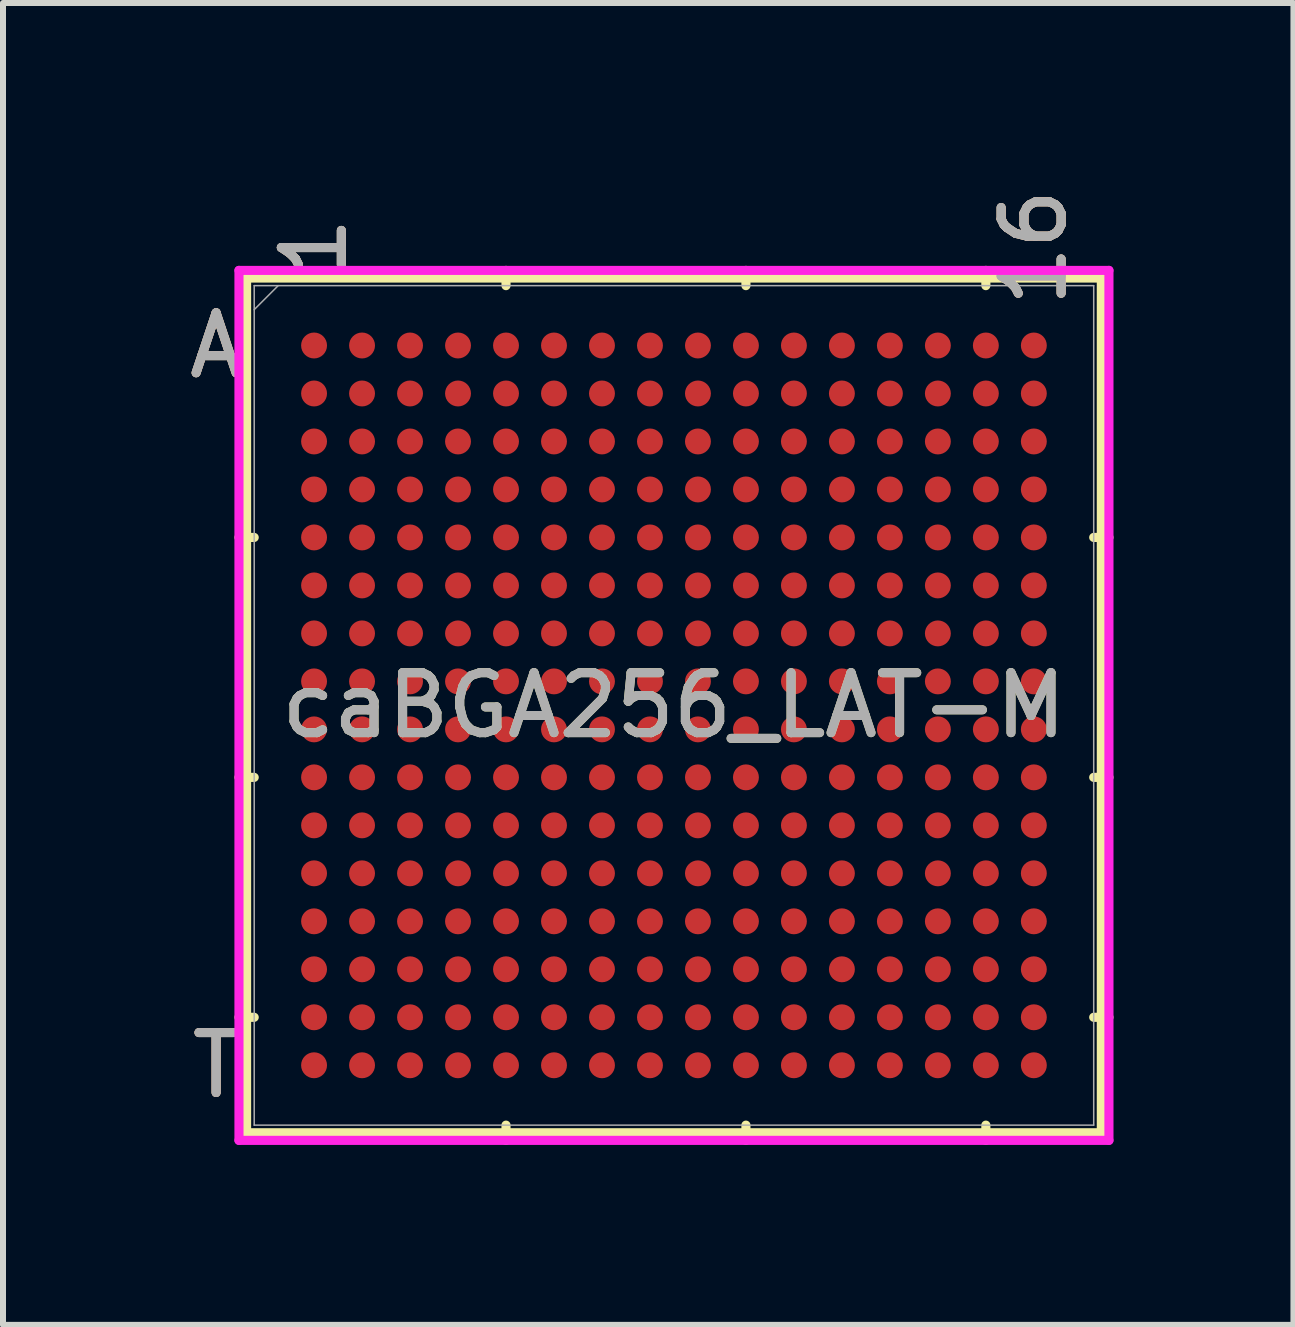
<source format=kicad_pcb>
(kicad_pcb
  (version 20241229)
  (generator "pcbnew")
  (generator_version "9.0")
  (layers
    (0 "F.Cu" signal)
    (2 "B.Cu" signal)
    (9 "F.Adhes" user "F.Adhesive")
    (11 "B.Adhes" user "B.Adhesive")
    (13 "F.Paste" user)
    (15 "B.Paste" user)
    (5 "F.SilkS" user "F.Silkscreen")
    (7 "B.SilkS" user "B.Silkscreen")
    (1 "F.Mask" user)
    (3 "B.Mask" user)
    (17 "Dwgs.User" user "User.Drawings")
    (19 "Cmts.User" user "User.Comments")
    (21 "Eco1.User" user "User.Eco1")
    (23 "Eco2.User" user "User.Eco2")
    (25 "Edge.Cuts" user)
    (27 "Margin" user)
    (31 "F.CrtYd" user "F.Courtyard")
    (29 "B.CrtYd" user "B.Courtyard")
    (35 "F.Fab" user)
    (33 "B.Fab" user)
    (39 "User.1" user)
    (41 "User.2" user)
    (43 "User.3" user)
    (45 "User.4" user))
  (footprint "caBGA256_LAT-M"
    (layer "F.Cu")
    (at 8.186 8.71)
    (property "Reference" "caBGA256_LAT-M" (at 0 0 0) (unlocked yes) (layer "F.SilkS") (effects (font (size 1 1) (thickness 0.15))))
    (attr smd)
    (fp_line (start -7.125 -7.125) (end -7.125 7.125) (stroke (width 0.152) (type solid)) (layer "F.SilkS"))
    (fp_line (start -7.125 7.125) (end 7.125 7.125) (stroke (width 0.152) (type solid)) (layer "F.SilkS"))
    (fp_line (start -6.998 -2.8) (end -7.252 -2.8) (stroke (width 0.152) (type solid)) (layer "F.SilkS"))
    (fp_line (start -6.998 1.2) (end -7.252 1.2) (stroke (width 0.152) (type solid)) (layer "F.SilkS"))
    (fp_line (start -6.998 5.2) (end -7.252 5.2) (stroke (width 0.152) (type solid)) (layer "F.SilkS"))
    (fp_line (start -2.8 -6.998) (end -2.8 -7.252) (stroke (width 0.152) (type solid)) (layer "F.SilkS"))
    (fp_line (start -2.8 6.998) (end -2.8 7.252) (stroke (width 0.152) (type solid)) (layer "F.SilkS"))
    (fp_line (start 1.2 -6.998) (end 1.2 -7.252) (stroke (width 0.152) (type solid)) (layer "F.SilkS"))
    (fp_line (start 1.2 6.998) (end 1.2 7.252) (stroke (width 0.152) (type solid)) (layer "F.SilkS"))
    (fp_line (start 5.2 -6.998) (end 5.2 -7.252) (stroke (width 0.152) (type solid)) (layer "F.SilkS"))
    (fp_line (start 5.2 6.998) (end 5.2 7.252) (stroke (width 0.152) (type solid)) (layer "F.SilkS"))
    (fp_line (start 6.998 -2.8) (end 7.252 -2.8) (stroke (width 0.152) (type solid)) (layer "F.SilkS"))
    (fp_line (start 6.998 1.2) (end 7.252 1.2) (stroke (width 0.152) (type solid)) (layer "F.SilkS"))
    (fp_line (start 6.998 5.2) (end 7.252 5.2) (stroke (width 0.152) (type solid)) (layer "F.SilkS"))
    (fp_line (start 7.125 -7.125) (end -7.125 -7.125) (stroke (width 0.152) (type solid)) (layer "F.SilkS"))
    (fp_line (start 7.125 7.125) (end 7.125 -7.125) (stroke (width 0.152) (type solid)) (layer "F.SilkS"))
    (fp_poly (pts (xy -6.844 -6.844) (xy 6.844 -6.844) (xy 6.844 6.844) (xy -6.844 6.844)) (stroke (width 0.1) (type solid)) (fill no) (layer "Eco2.User"))
    (fp_line (start -7.252 -7.252) (end 7.252 -7.252) (stroke (width 0.152) (type solid)) (layer "F.CrtYd"))
    (fp_line (start -7.252 7.252) (end -7.252 -7.252) (stroke (width 0.152) (type solid)) (layer "F.CrtYd"))
    (fp_line (start 7.252 -7.252) (end 7.252 7.252) (stroke (width 0.152) (type solid)) (layer "F.CrtYd"))
    (fp_line (start 7.252 7.252) (end -7.252 7.252) (stroke (width 0.152) (type solid)) (layer "F.CrtYd"))
    (fp_line (start -6.998 -6.998) (end -6.998 6.998) (stroke (width 0.025) (type solid)) (layer "F.Fab"))
    (fp_line (start -6.998 6.998) (end 6.998 6.998) (stroke (width 0.025) (type solid)) (layer "F.Fab"))
    (fp_line (start -6.598 -6.998) (end -6.998 -6.598) (stroke (width 0.025) (type solid)) (layer "F.Fab"))
    (fp_line (start 6.998 -6.998) (end -6.998 -6.998) (stroke (width 0.025) (type solid)) (layer "F.Fab"))
    (fp_line (start 6.998 6.998) (end 6.998 -6.998) (stroke (width 0.025) (type solid)) (layer "F.Fab"))
    (fp_text user "16" (at 6 -7.633 90) (unlocked yes) (layer "F.SilkS") (effects (font (size 1 1) (thickness 0.15))))
    (fp_text user "1" (at -6 -7.633 90) (unlocked yes) (layer "F.SilkS") (effects (font (size 1 1) (thickness 0.15))))
    (fp_text user "A" (at -7.633 -6 0) (unlocked yes) (layer "F.SilkS") (effects (font (size 1 1) (thickness 0.15))))
    (fp_text user "T" (at -7.633 6 0) (unlocked yes) (layer "F.SilkS") (effects (font (size 1 1) (thickness 0.15))))
    (fp_text user "T" (at -7.633 6 0) (unlocked yes) (layer "B.SilkS") (effects (font (size 1 1) (thickness 0.15))))
    (fp_text user "1" (at -6 -7.633 90) (unlocked yes) (layer "B.SilkS") (effects (font (size 1 1) (thickness 0.15))))
    (fp_text user "16" (at 6 -7.633 90) (unlocked yes) (layer "B.SilkS") (effects (font (size 1 1) (thickness 0.15))))
    (fp_text user "A" (at -7.633 -6 0) (unlocked yes) (layer "B.SilkS") (effects (font (size 1 1) (thickness 0.15))))
    (fp_text user "16" (at 6 -7.633 90) (unlocked yes) (layer "F.Fab") (effects (font (size 1 1) (thickness 0.15))))
    (fp_text user "A" (at -7.633 -6 0) (unlocked yes) (layer "F.Fab") (effects (font (size 1 1) (thickness 0.15))))
    (fp_text user "${REFERENCE}" (at 0 0 0) (unlocked yes) (layer "F.Fab") (effects (font (size 1 1) (thickness 0.15))))
    (fp_text user "T" (at -7.633 6 0) (unlocked yes) (layer "F.Fab") (effects (font (size 1 1) (thickness 0.15))))
    (fp_text user "1" (at -6 -7.633 90) (unlocked yes) (layer "F.Fab") (effects (font (size 1 1) (thickness 0.15))))
    (pad "A1" smd circle (at -6 -6) (size 0.432 0.432) (layers "F.Cu" "F.Mask" "F.Paste"))
    (pad "A2" smd circle (at -5.2 -6) (size 0.432 0.432) (layers "F.Cu" "F.Mask" "F.Paste"))
    (pad "A3" smd circle (at -4.4 -6) (size 0.432 0.432) (layers "F.Cu" "F.Mask" "F.Paste"))
    (pad "A4" smd circle (at -3.6 -6) (size 0.432 0.432) (layers "F.Cu" "F.Mask" "F.Paste"))
    (pad "A5" smd circle (at -2.8 -6) (size 0.432 0.432) (layers "F.Cu" "F.Mask" "F.Paste"))
    (pad "A6" smd circle (at -2 -6) (size 0.432 0.432) (layers "F.Cu" "F.Mask" "F.Paste"))
    (pad "A7" smd circle (at -1.2 -6) (size 0.432 0.432) (layers "F.Cu" "F.Mask" "F.Paste"))
    (pad "A8" smd circle (at -0.4 -6) (size 0.432 0.432) (layers "F.Cu" "F.Mask" "F.Paste"))
    (pad "A9" smd circle (at 0.4 -6) (size 0.432 0.432) (layers "F.Cu" "F.Mask" "F.Paste"))
    (pad "A10" smd circle (at 1.2 -6) (size 0.432 0.432) (layers "F.Cu" "F.Mask" "F.Paste"))
    (pad "A11" smd circle (at 2 -6) (size 0.432 0.432) (layers "F.Cu" "F.Mask" "F.Paste"))
    (pad "A12" smd circle (at 2.8 -6) (size 0.432 0.432) (layers "F.Cu" "F.Mask" "F.Paste"))
    (pad "A13" smd circle (at 3.6 -6) (size 0.432 0.432) (layers "F.Cu" "F.Mask" "F.Paste"))
    (pad "A14" smd circle (at 4.4 -6) (size 0.432 0.432) (layers "F.Cu" "F.Mask" "F.Paste"))
    (pad "A15" smd circle (at 5.2 -6) (size 0.432 0.432) (layers "F.Cu" "F.Mask" "F.Paste"))
    (pad "A16" smd circle (at 6 -6) (size 0.432 0.432) (layers "F.Cu" "F.Mask" "F.Paste"))
    (pad "B1" smd circle (at -6 -5.2) (size 0.432 0.432) (layers "F.Cu" "F.Mask" "F.Paste"))
    (pad "B2" smd circle (at -5.2 -5.2) (size 0.432 0.432) (layers "F.Cu" "F.Mask" "F.Paste"))
    (pad "B3" smd circle (at -4.4 -5.2) (size 0.432 0.432) (layers "F.Cu" "F.Mask" "F.Paste"))
    (pad "B4" smd circle (at -3.6 -5.2) (size 0.432 0.432) (layers "F.Cu" "F.Mask" "F.Paste"))
    (pad "B5" smd circle (at -2.8 -5.2) (size 0.432 0.432) (layers "F.Cu" "F.Mask" "F.Paste"))
    (pad "B6" smd circle (at -2 -5.2) (size 0.432 0.432) (layers "F.Cu" "F.Mask" "F.Paste"))
    (pad "B7" smd circle (at -1.2 -5.2) (size 0.432 0.432) (layers "F.Cu" "F.Mask" "F.Paste"))
    (pad "B8" smd circle (at -0.4 -5.2) (size 0.432 0.432) (layers "F.Cu" "F.Mask" "F.Paste"))
    (pad "B9" smd circle (at 0.4 -5.2) (size 0.432 0.432) (layers "F.Cu" "F.Mask" "F.Paste"))
    (pad "B10" smd circle (at 1.2 -5.2) (size 0.432 0.432) (layers "F.Cu" "F.Mask" "F.Paste"))
    (pad "B11" smd circle (at 2 -5.2) (size 0.432 0.432) (layers "F.Cu" "F.Mask" "F.Paste"))
    (pad "B12" smd circle (at 2.8 -5.2) (size 0.432 0.432) (layers "F.Cu" "F.Mask" "F.Paste"))
    (pad "B13" smd circle (at 3.6 -5.2) (size 0.432 0.432) (layers "F.Cu" "F.Mask" "F.Paste"))
    (pad "B14" smd circle (at 4.4 -5.2) (size 0.432 0.432) (layers "F.Cu" "F.Mask" "F.Paste"))
    (pad "B15" smd circle (at 5.2 -5.2) (size 0.432 0.432) (layers "F.Cu" "F.Mask" "F.Paste"))
    (pad "B16" smd circle (at 6 -5.2) (size 0.432 0.432) (layers "F.Cu" "F.Mask" "F.Paste"))
    (pad "C1" smd circle (at -6 -4.4) (size 0.432 0.432) (layers "F.Cu" "F.Mask" "F.Paste"))
    (pad "C2" smd circle (at -5.2 -4.4) (size 0.432 0.432) (layers "F.Cu" "F.Mask" "F.Paste"))
    (pad "C3" smd circle (at -4.4 -4.4) (size 0.432 0.432) (layers "F.Cu" "F.Mask" "F.Paste"))
    (pad "C4" smd circle (at -3.6 -4.4) (size 0.432 0.432) (layers "F.Cu" "F.Mask" "F.Paste"))
    (pad "C5" smd circle (at -2.8 -4.4) (size 0.432 0.432) (layers "F.Cu" "F.Mask" "F.Paste"))
    (pad "C6" smd circle (at -2 -4.4) (size 0.432 0.432) (layers "F.Cu" "F.Mask" "F.Paste"))
    (pad "C7" smd circle (at -1.2 -4.4) (size 0.432 0.432) (layers "F.Cu" "F.Mask" "F.Paste"))
    (pad "C8" smd circle (at -0.4 -4.4) (size 0.432 0.432) (layers "F.Cu" "F.Mask" "F.Paste"))
    (pad "C9" smd circle (at 0.4 -4.4) (size 0.432 0.432) (layers "F.Cu" "F.Mask" "F.Paste"))
    (pad "C10" smd circle (at 1.2 -4.4) (size 0.432 0.432) (layers "F.Cu" "F.Mask" "F.Paste"))
    (pad "C11" smd circle (at 2 -4.4) (size 0.432 0.432) (layers "F.Cu" "F.Mask" "F.Paste"))
    (pad "C12" smd circle (at 2.8 -4.4) (size 0.432 0.432) (layers "F.Cu" "F.Mask" "F.Paste"))
    (pad "C13" smd circle (at 3.6 -4.4) (size 0.432 0.432) (layers "F.Cu" "F.Mask" "F.Paste"))
    (pad "C14" smd circle (at 4.4 -4.4) (size 0.432 0.432) (layers "F.Cu" "F.Mask" "F.Paste"))
    (pad "C15" smd circle (at 5.2 -4.4) (size 0.432 0.432) (layers "F.Cu" "F.Mask" "F.Paste"))
    (pad "C16" smd circle (at 6 -4.4) (size 0.432 0.432) (layers "F.Cu" "F.Mask" "F.Paste"))
    (pad "D1" smd circle (at -6 -3.6) (size 0.432 0.432) (layers "F.Cu" "F.Mask" "F.Paste"))
    (pad "D2" smd circle (at -5.2 -3.6) (size 0.432 0.432) (layers "F.Cu" "F.Mask" "F.Paste"))
    (pad "D3" smd circle (at -4.4 -3.6) (size 0.432 0.432) (layers "F.Cu" "F.Mask" "F.Paste"))
    (pad "D4" smd circle (at -3.6 -3.6) (size 0.432 0.432) (layers "F.Cu" "F.Mask" "F.Paste"))
    (pad "D5" smd circle (at -2.8 -3.6) (size 0.432 0.432) (layers "F.Cu" "F.Mask" "F.Paste"))
    (pad "D6" smd circle (at -2 -3.6) (size 0.432 0.432) (layers "F.Cu" "F.Mask" "F.Paste"))
    (pad "D7" smd circle (at -1.2 -3.6) (size 0.432 0.432) (layers "F.Cu" "F.Mask" "F.Paste"))
    (pad "D8" smd circle (at -0.4 -3.6) (size 0.432 0.432) (layers "F.Cu" "F.Mask" "F.Paste"))
    (pad "D9" smd circle (at 0.4 -3.6) (size 0.432 0.432) (layers "F.Cu" "F.Mask" "F.Paste"))
    (pad "D10" smd circle (at 1.2 -3.6) (size 0.432 0.432) (layers "F.Cu" "F.Mask" "F.Paste"))
    (pad "D11" smd circle (at 2 -3.6) (size 0.432 0.432) (layers "F.Cu" "F.Mask" "F.Paste"))
    (pad "D12" smd circle (at 2.8 -3.6) (size 0.432 0.432) (layers "F.Cu" "F.Mask" "F.Paste"))
    (pad "D13" smd circle (at 3.6 -3.6) (size 0.432 0.432) (layers "F.Cu" "F.Mask" "F.Paste"))
    (pad "D14" smd circle (at 4.4 -3.6) (size 0.432 0.432) (layers "F.Cu" "F.Mask" "F.Paste"))
    (pad "D15" smd circle (at 5.2 -3.6) (size 0.432 0.432) (layers "F.Cu" "F.Mask" "F.Paste"))
    (pad "D16" smd circle (at 6 -3.6) (size 0.432 0.432) (layers "F.Cu" "F.Mask" "F.Paste"))
    (pad "E1" smd circle (at -6 -2.8) (size 0.432 0.432) (layers "F.Cu" "F.Mask" "F.Paste"))
    (pad "E2" smd circle (at -5.2 -2.8) (size 0.432 0.432) (layers "F.Cu" "F.Mask" "F.Paste"))
    (pad "E3" smd circle (at -4.4 -2.8) (size 0.432 0.432) (layers "F.Cu" "F.Mask" "F.Paste"))
    (pad "E4" smd circle (at -3.6 -2.8) (size 0.432 0.432) (layers "F.Cu" "F.Mask" "F.Paste"))
    (pad "E5" smd circle (at -2.8 -2.8) (size 0.432 0.432) (layers "F.Cu" "F.Mask" "F.Paste"))
    (pad "E6" smd circle (at -2 -2.8) (size 0.432 0.432) (layers "F.Cu" "F.Mask" "F.Paste"))
    (pad "E7" smd circle (at -1.2 -2.8) (size 0.432 0.432) (layers "F.Cu" "F.Mask" "F.Paste"))
    (pad "E8" smd circle (at -0.4 -2.8) (size 0.432 0.432) (layers "F.Cu" "F.Mask" "F.Paste"))
    (pad "E9" smd circle (at 0.4 -2.8) (size 0.432 0.432) (layers "F.Cu" "F.Mask" "F.Paste"))
    (pad "E10" smd circle (at 1.2 -2.8) (size 0.432 0.432) (layers "F.Cu" "F.Mask" "F.Paste"))
    (pad "E11" smd circle (at 2 -2.8) (size 0.432 0.432) (layers "F.Cu" "F.Mask" "F.Paste"))
    (pad "E12" smd circle (at 2.8 -2.8) (size 0.432 0.432) (layers "F.Cu" "F.Mask" "F.Paste"))
    (pad "E13" smd circle (at 3.6 -2.8) (size 0.432 0.432) (layers "F.Cu" "F.Mask" "F.Paste"))
    (pad "E14" smd circle (at 4.4 -2.8) (size 0.432 0.432) (layers "F.Cu" "F.Mask" "F.Paste"))
    (pad "E15" smd circle (at 5.2 -2.8) (size 0.432 0.432) (layers "F.Cu" "F.Mask" "F.Paste"))
    (pad "E16" smd circle (at 6 -2.8) (size 0.432 0.432) (layers "F.Cu" "F.Mask" "F.Paste"))
    (pad "F1" smd circle (at -6 -2) (size 0.432 0.432) (layers "F.Cu" "F.Mask" "F.Paste"))
    (pad "F2" smd circle (at -5.2 -2) (size 0.432 0.432) (layers "F.Cu" "F.Mask" "F.Paste"))
    (pad "F3" smd circle (at -4.4 -2) (size 0.432 0.432) (layers "F.Cu" "F.Mask" "F.Paste"))
    (pad "F4" smd circle (at -3.6 -2) (size 0.432 0.432) (layers "F.Cu" "F.Mask" "F.Paste"))
    (pad "F5" smd circle (at -2.8 -2) (size 0.432 0.432) (layers "F.Cu" "F.Mask" "F.Paste"))
    (pad "F6" smd circle (at -2 -2) (size 0.432 0.432) (layers "F.Cu" "F.Mask" "F.Paste"))
    (pad "F7" smd circle (at -1.2 -2) (size 0.432 0.432) (layers "F.Cu" "F.Mask" "F.Paste"))
    (pad "F8" smd circle (at -0.4 -2) (size 0.432 0.432) (layers "F.Cu" "F.Mask" "F.Paste"))
    (pad "F9" smd circle (at 0.4 -2) (size 0.432 0.432) (layers "F.Cu" "F.Mask" "F.Paste"))
    (pad "F10" smd circle (at 1.2 -2) (size 0.432 0.432) (layers "F.Cu" "F.Mask" "F.Paste"))
    (pad "F11" smd circle (at 2 -2) (size 0.432 0.432) (layers "F.Cu" "F.Mask" "F.Paste"))
    (pad "F12" smd circle (at 2.8 -2) (size 0.432 0.432) (layers "F.Cu" "F.Mask" "F.Paste"))
    (pad "F13" smd circle (at 3.6 -2) (size 0.432 0.432) (layers "F.Cu" "F.Mask" "F.Paste"))
    (pad "F14" smd circle (at 4.4 -2) (size 0.432 0.432) (layers "F.Cu" "F.Mask" "F.Paste"))
    (pad "F15" smd circle (at 5.2 -2) (size 0.432 0.432) (layers "F.Cu" "F.Mask" "F.Paste"))
    (pad "F16" smd circle (at 6 -2) (size 0.432 0.432) (layers "F.Cu" "F.Mask" "F.Paste"))
    (pad "G1" smd circle (at -6 -1.2) (size 0.432 0.432) (layers "F.Cu" "F.Mask" "F.Paste"))
    (pad "G2" smd circle (at -5.2 -1.2) (size 0.432 0.432) (layers "F.Cu" "F.Mask" "F.Paste"))
    (pad "G3" smd circle (at -4.4 -1.2) (size 0.432 0.432) (layers "F.Cu" "F.Mask" "F.Paste"))
    (pad "G4" smd circle (at -3.6 -1.2) (size 0.432 0.432) (layers "F.Cu" "F.Mask" "F.Paste"))
    (pad "G5" smd circle (at -2.8 -1.2) (size 0.432 0.432) (layers "F.Cu" "F.Mask" "F.Paste"))
    (pad "G6" smd circle (at -2 -1.2) (size 0.432 0.432) (layers "F.Cu" "F.Mask" "F.Paste"))
    (pad "G7" smd circle (at -1.2 -1.2) (size 0.432 0.432) (layers "F.Cu" "F.Mask" "F.Paste"))
    (pad "G8" smd circle (at -0.4 -1.2) (size 0.432 0.432) (layers "F.Cu" "F.Mask" "F.Paste"))
    (pad "G9" smd circle (at 0.4 -1.2) (size 0.432 0.432) (layers "F.Cu" "F.Mask" "F.Paste"))
    (pad "G10" smd circle (at 1.2 -1.2) (size 0.432 0.432) (layers "F.Cu" "F.Mask" "F.Paste"))
    (pad "G11" smd circle (at 2 -1.2) (size 0.432 0.432) (layers "F.Cu" "F.Mask" "F.Paste"))
    (pad "G12" smd circle (at 2.8 -1.2) (size 0.432 0.432) (layers "F.Cu" "F.Mask" "F.Paste"))
    (pad "G13" smd circle (at 3.6 -1.2) (size 0.432 0.432) (layers "F.Cu" "F.Mask" "F.Paste"))
    (pad "G14" smd circle (at 4.4 -1.2) (size 0.432 0.432) (layers "F.Cu" "F.Mask" "F.Paste"))
    (pad "G15" smd circle (at 5.2 -1.2) (size 0.432 0.432) (layers "F.Cu" "F.Mask" "F.Paste"))
    (pad "G16" smd circle (at 6 -1.2) (size 0.432 0.432) (layers "F.Cu" "F.Mask" "F.Paste"))
    (pad "H1" smd circle (at -6 -0.4) (size 0.432 0.432) (layers "F.Cu" "F.Mask" "F.Paste"))
    (pad "H2" smd circle (at -5.2 -0.4) (size 0.432 0.432) (layers "F.Cu" "F.Mask" "F.Paste"))
    (pad "H3" smd circle (at -4.4 -0.4) (size 0.432 0.432) (layers "F.Cu" "F.Mask" "F.Paste"))
    (pad "H4" smd circle (at -3.6 -0.4) (size 0.432 0.432) (layers "F.Cu" "F.Mask" "F.Paste"))
    (pad "H5" smd circle (at -2.8 -0.4) (size 0.432 0.432) (layers "F.Cu" "F.Mask" "F.Paste"))
    (pad "H6" smd circle (at -2 -0.4) (size 0.432 0.432) (layers "F.Cu" "F.Mask" "F.Paste"))
    (pad "H7" smd circle (at -1.2 -0.4) (size 0.432 0.432) (layers "F.Cu" "F.Mask" "F.Paste"))
    (pad "H8" smd circle (at -0.4 -0.4) (size 0.432 0.432) (layers "F.Cu" "F.Mask" "F.Paste"))
    (pad "H9" smd circle (at 0.4 -0.4) (size 0.432 0.432) (layers "F.Cu" "F.Mask" "F.Paste"))
    (pad "H10" smd circle (at 1.2 -0.4) (size 0.432 0.432) (layers "F.Cu" "F.Mask" "F.Paste"))
    (pad "H11" smd circle (at 2 -0.4) (size 0.432 0.432) (layers "F.Cu" "F.Mask" "F.Paste"))
    (pad "H12" smd circle (at 2.8 -0.4) (size 0.432 0.432) (layers "F.Cu" "F.Mask" "F.Paste"))
    (pad "H13" smd circle (at 3.6 -0.4) (size 0.432 0.432) (layers "F.Cu" "F.Mask" "F.Paste"))
    (pad "H14" smd circle (at 4.4 -0.4) (size 0.432 0.432) (layers "F.Cu" "F.Mask" "F.Paste"))
    (pad "H15" smd circle (at 5.2 -0.4) (size 0.432 0.432) (layers "F.Cu" "F.Mask" "F.Paste"))
    (pad "H16" smd circle (at 6 -0.4) (size 0.432 0.432) (layers "F.Cu" "F.Mask" "F.Paste"))
    (pad "J1" smd circle (at -6 0.4) (size 0.432 0.432) (layers "F.Cu" "F.Mask" "F.Paste"))
    (pad "J2" smd circle (at -5.2 0.4) (size 0.432 0.432) (layers "F.Cu" "F.Mask" "F.Paste"))
    (pad "J3" smd circle (at -4.4 0.4) (size 0.432 0.432) (layers "F.Cu" "F.Mask" "F.Paste"))
    (pad "J4" smd circle (at -3.6 0.4) (size 0.432 0.432) (layers "F.Cu" "F.Mask" "F.Paste"))
    (pad "J5" smd circle (at -2.8 0.4) (size 0.432 0.432) (layers "F.Cu" "F.Mask" "F.Paste"))
    (pad "J6" smd circle (at -2 0.4) (size 0.432 0.432) (layers "F.Cu" "F.Mask" "F.Paste"))
    (pad "J7" smd circle (at -1.2 0.4) (size 0.432 0.432) (layers "F.Cu" "F.Mask" "F.Paste"))
    (pad "J8" smd circle (at -0.4 0.4) (size 0.432 0.432) (layers "F.Cu" "F.Mask" "F.Paste"))
    (pad "J9" smd circle (at 0.4 0.4) (size 0.432 0.432) (layers "F.Cu" "F.Mask" "F.Paste"))
    (pad "J10" smd circle (at 1.2 0.4) (size 0.432 0.432) (layers "F.Cu" "F.Mask" "F.Paste"))
    (pad "J11" smd circle (at 2 0.4) (size 0.432 0.432) (layers "F.Cu" "F.Mask" "F.Paste"))
    (pad "J12" smd circle (at 2.8 0.4) (size 0.432 0.432) (layers "F.Cu" "F.Mask" "F.Paste"))
    (pad "J13" smd circle (at 3.6 0.4) (size 0.432 0.432) (layers "F.Cu" "F.Mask" "F.Paste"))
    (pad "J14" smd circle (at 4.4 0.4) (size 0.432 0.432) (layers "F.Cu" "F.Mask" "F.Paste"))
    (pad "J15" smd circle (at 5.2 0.4) (size 0.432 0.432) (layers "F.Cu" "F.Mask" "F.Paste"))
    (pad "J16" smd circle (at 6 0.4) (size 0.432 0.432) (layers "F.Cu" "F.Mask" "F.Paste"))
    (pad "K1" smd circle (at -6 1.2) (size 0.432 0.432) (layers "F.Cu" "F.Mask" "F.Paste"))
    (pad "K2" smd circle (at -5.2 1.2) (size 0.432 0.432) (layers "F.Cu" "F.Mask" "F.Paste"))
    (pad "K3" smd circle (at -4.4 1.2) (size 0.432 0.432) (layers "F.Cu" "F.Mask" "F.Paste"))
    (pad "K4" smd circle (at -3.6 1.2) (size 0.432 0.432) (layers "F.Cu" "F.Mask" "F.Paste"))
    (pad "K5" smd circle (at -2.8 1.2) (size 0.432 0.432) (layers "F.Cu" "F.Mask" "F.Paste"))
    (pad "K6" smd circle (at -2 1.2) (size 0.432 0.432) (layers "F.Cu" "F.Mask" "F.Paste"))
    (pad "K7" smd circle (at -1.2 1.2) (size 0.432 0.432) (layers "F.Cu" "F.Mask" "F.Paste"))
    (pad "K8" smd circle (at -0.4 1.2) (size 0.432 0.432) (layers "F.Cu" "F.Mask" "F.Paste"))
    (pad "K9" smd circle (at 0.4 1.2) (size 0.432 0.432) (layers "F.Cu" "F.Mask" "F.Paste"))
    (pad "K10" smd circle (at 1.2 1.2) (size 0.432 0.432) (layers "F.Cu" "F.Mask" "F.Paste"))
    (pad "K11" smd circle (at 2 1.2) (size 0.432 0.432) (layers "F.Cu" "F.Mask" "F.Paste"))
    (pad "K12" smd circle (at 2.8 1.2) (size 0.432 0.432) (layers "F.Cu" "F.Mask" "F.Paste"))
    (pad "K13" smd circle (at 3.6 1.2) (size 0.432 0.432) (layers "F.Cu" "F.Mask" "F.Paste"))
    (pad "K14" smd circle (at 4.4 1.2) (size 0.432 0.432) (layers "F.Cu" "F.Mask" "F.Paste"))
    (pad "K15" smd circle (at 5.2 1.2) (size 0.432 0.432) (layers "F.Cu" "F.Mask" "F.Paste"))
    (pad "K16" smd circle (at 6 1.2) (size 0.432 0.432) (layers "F.Cu" "F.Mask" "F.Paste"))
    (pad "L1" smd circle (at -6 2) (size 0.432 0.432) (layers "F.Cu" "F.Mask" "F.Paste"))
    (pad "L2" smd circle (at -5.2 2) (size 0.432 0.432) (layers "F.Cu" "F.Mask" "F.Paste"))
    (pad "L3" smd circle (at -4.4 2) (size 0.432 0.432) (layers "F.Cu" "F.Mask" "F.Paste"))
    (pad "L4" smd circle (at -3.6 2) (size 0.432 0.432) (layers "F.Cu" "F.Mask" "F.Paste"))
    (pad "L5" smd circle (at -2.8 2) (size 0.432 0.432) (layers "F.Cu" "F.Mask" "F.Paste"))
    (pad "L6" smd circle (at -2 2) (size 0.432 0.432) (layers "F.Cu" "F.Mask" "F.Paste"))
    (pad "L7" smd circle (at -1.2 2) (size 0.432 0.432) (layers "F.Cu" "F.Mask" "F.Paste"))
    (pad "L8" smd circle (at -0.4 2) (size 0.432 0.432) (layers "F.Cu" "F.Mask" "F.Paste"))
    (pad "L9" smd circle (at 0.4 2) (size 0.432 0.432) (layers "F.Cu" "F.Mask" "F.Paste"))
    (pad "L10" smd circle (at 1.2 2) (size 0.432 0.432) (layers "F.Cu" "F.Mask" "F.Paste"))
    (pad "L11" smd circle (at 2 2) (size 0.432 0.432) (layers "F.Cu" "F.Mask" "F.Paste"))
    (pad "L12" smd circle (at 2.8 2) (size 0.432 0.432) (layers "F.Cu" "F.Mask" "F.Paste"))
    (pad "L13" smd circle (at 3.6 2) (size 0.432 0.432) (layers "F.Cu" "F.Mask" "F.Paste"))
    (pad "L14" smd circle (at 4.4 2) (size 0.432 0.432) (layers "F.Cu" "F.Mask" "F.Paste"))
    (pad "L15" smd circle (at 5.2 2) (size 0.432 0.432) (layers "F.Cu" "F.Mask" "F.Paste"))
    (pad "L16" smd circle (at 6 2) (size 0.432 0.432) (layers "F.Cu" "F.Mask" "F.Paste"))
    (pad "M1" smd circle (at -6 2.8) (size 0.432 0.432) (layers "F.Cu" "F.Mask" "F.Paste"))
    (pad "M2" smd circle (at -5.2 2.8) (size 0.432 0.432) (layers "F.Cu" "F.Mask" "F.Paste"))
    (pad "M3" smd circle (at -4.4 2.8) (size 0.432 0.432) (layers "F.Cu" "F.Mask" "F.Paste"))
    (pad "M4" smd circle (at -3.6 2.8) (size 0.432 0.432) (layers "F.Cu" "F.Mask" "F.Paste"))
    (pad "M5" smd circle (at -2.8 2.8) (size 0.432 0.432) (layers "F.Cu" "F.Mask" "F.Paste"))
    (pad "M6" smd circle (at -2 2.8) (size 0.432 0.432) (layers "F.Cu" "F.Mask" "F.Paste"))
    (pad "M7" smd circle (at -1.2 2.8) (size 0.432 0.432) (layers "F.Cu" "F.Mask" "F.Paste"))
    (pad "M8" smd circle (at -0.4 2.8) (size 0.432 0.432) (layers "F.Cu" "F.Mask" "F.Paste"))
    (pad "M9" smd circle (at 0.4 2.8) (size 0.432 0.432) (layers "F.Cu" "F.Mask" "F.Paste"))
    (pad "M10" smd circle (at 1.2 2.8) (size 0.432 0.432) (layers "F.Cu" "F.Mask" "F.Paste"))
    (pad "M11" smd circle (at 2 2.8) (size 0.432 0.432) (layers "F.Cu" "F.Mask" "F.Paste"))
    (pad "M12" smd circle (at 2.8 2.8) (size 0.432 0.432) (layers "F.Cu" "F.Mask" "F.Paste"))
    (pad "M13" smd circle (at 3.6 2.8) (size 0.432 0.432) (layers "F.Cu" "F.Mask" "F.Paste"))
    (pad "M14" smd circle (at 4.4 2.8) (size 0.432 0.432) (layers "F.Cu" "F.Mask" "F.Paste"))
    (pad "M15" smd circle (at 5.2 2.8) (size 0.432 0.432) (layers "F.Cu" "F.Mask" "F.Paste"))
    (pad "M16" smd circle (at 6 2.8) (size 0.432 0.432) (layers "F.Cu" "F.Mask" "F.Paste"))
    (pad "N1" smd circle (at -6 3.6) (size 0.432 0.432) (layers "F.Cu" "F.Mask" "F.Paste"))
    (pad "N2" smd circle (at -5.2 3.6) (size 0.432 0.432) (layers "F.Cu" "F.Mask" "F.Paste"))
    (pad "N3" smd circle (at -4.4 3.6) (size 0.432 0.432) (layers "F.Cu" "F.Mask" "F.Paste"))
    (pad "N4" smd circle (at -3.6 3.6) (size 0.432 0.432) (layers "F.Cu" "F.Mask" "F.Paste"))
    (pad "N5" smd circle (at -2.8 3.6) (size 0.432 0.432) (layers "F.Cu" "F.Mask" "F.Paste"))
    (pad "N6" smd circle (at -2 3.6) (size 0.432 0.432) (layers "F.Cu" "F.Mask" "F.Paste"))
    (pad "N7" smd circle (at -1.2 3.6) (size 0.432 0.432) (layers "F.Cu" "F.Mask" "F.Paste"))
    (pad "N8" smd circle (at -0.4 3.6) (size 0.432 0.432) (layers "F.Cu" "F.Mask" "F.Paste"))
    (pad "N9" smd circle (at 0.4 3.6) (size 0.432 0.432) (layers "F.Cu" "F.Mask" "F.Paste"))
    (pad "N10" smd circle (at 1.2 3.6) (size 0.432 0.432) (layers "F.Cu" "F.Mask" "F.Paste"))
    (pad "N11" smd circle (at 2 3.6) (size 0.432 0.432) (layers "F.Cu" "F.Mask" "F.Paste"))
    (pad "N12" smd circle (at 2.8 3.6) (size 0.432 0.432) (layers "F.Cu" "F.Mask" "F.Paste"))
    (pad "N13" smd circle (at 3.6 3.6) (size 0.432 0.432) (layers "F.Cu" "F.Mask" "F.Paste"))
    (pad "N14" smd circle (at 4.4 3.6) (size 0.432 0.432) (layers "F.Cu" "F.Mask" "F.Paste"))
    (pad "N15" smd circle (at 5.2 3.6) (size 0.432 0.432) (layers "F.Cu" "F.Mask" "F.Paste"))
    (pad "N16" smd circle (at 6 3.6) (size 0.432 0.432) (layers "F.Cu" "F.Mask" "F.Paste"))
    (pad "P1" smd circle (at -6 4.4) (size 0.432 0.432) (layers "F.Cu" "F.Mask" "F.Paste"))
    (pad "P2" smd circle (at -5.2 4.4) (size 0.432 0.432) (layers "F.Cu" "F.Mask" "F.Paste"))
    (pad "P3" smd circle (at -4.4 4.4) (size 0.432 0.432) (layers "F.Cu" "F.Mask" "F.Paste"))
    (pad "P4" smd circle (at -3.6 4.4) (size 0.432 0.432) (layers "F.Cu" "F.Mask" "F.Paste"))
    (pad "P5" smd circle (at -2.8 4.4) (size 0.432 0.432) (layers "F.Cu" "F.Mask" "F.Paste"))
    (pad "P6" smd circle (at -2 4.4) (size 0.432 0.432) (layers "F.Cu" "F.Mask" "F.Paste"))
    (pad "P7" smd circle (at -1.2 4.4) (size 0.432 0.432) (layers "F.Cu" "F.Mask" "F.Paste"))
    (pad "P8" smd circle (at -0.4 4.4) (size 0.432 0.432) (layers "F.Cu" "F.Mask" "F.Paste"))
    (pad "P9" smd circle (at 0.4 4.4) (size 0.432 0.432) (layers "F.Cu" "F.Mask" "F.Paste"))
    (pad "P10" smd circle (at 1.2 4.4) (size 0.432 0.432) (layers "F.Cu" "F.Mask" "F.Paste"))
    (pad "P11" smd circle (at 2 4.4) (size 0.432 0.432) (layers "F.Cu" "F.Mask" "F.Paste"))
    (pad "P12" smd circle (at 2.8 4.4) (size 0.432 0.432) (layers "F.Cu" "F.Mask" "F.Paste"))
    (pad "P13" smd circle (at 3.6 4.4) (size 0.432 0.432) (layers "F.Cu" "F.Mask" "F.Paste"))
    (pad "P14" smd circle (at 4.4 4.4) (size 0.432 0.432) (layers "F.Cu" "F.Mask" "F.Paste"))
    (pad "P15" smd circle (at 5.2 4.4) (size 0.432 0.432) (layers "F.Cu" "F.Mask" "F.Paste"))
    (pad "P16" smd circle (at 6 4.4) (size 0.432 0.432) (layers "F.Cu" "F.Mask" "F.Paste"))
    (pad "R1" smd circle (at -6 5.2) (size 0.432 0.432) (layers "F.Cu" "F.Mask" "F.Paste"))
    (pad "R2" smd circle (at -5.2 5.2) (size 0.432 0.432) (layers "F.Cu" "F.Mask" "F.Paste"))
    (pad "R3" smd circle (at -4.4 5.2) (size 0.432 0.432) (layers "F.Cu" "F.Mask" "F.Paste"))
    (pad "R4" smd circle (at -3.6 5.2) (size 0.432 0.432) (layers "F.Cu" "F.Mask" "F.Paste"))
    (pad "R5" smd circle (at -2.8 5.2) (size 0.432 0.432) (layers "F.Cu" "F.Mask" "F.Paste"))
    (pad "R6" smd circle (at -2 5.2) (size 0.432 0.432) (layers "F.Cu" "F.Mask" "F.Paste"))
    (pad "R7" smd circle (at -1.2 5.2) (size 0.432 0.432) (layers "F.Cu" "F.Mask" "F.Paste"))
    (pad "R8" smd circle (at -0.4 5.2) (size 0.432 0.432) (layers "F.Cu" "F.Mask" "F.Paste"))
    (pad "R9" smd circle (at 0.4 5.2) (size 0.432 0.432) (layers "F.Cu" "F.Mask" "F.Paste"))
    (pad "R10" smd circle (at 1.2 5.2) (size 0.432 0.432) (layers "F.Cu" "F.Mask" "F.Paste"))
    (pad "R11" smd circle (at 2 5.2) (size 0.432 0.432) (layers "F.Cu" "F.Mask" "F.Paste"))
    (pad "R12" smd circle (at 2.8 5.2) (size 0.432 0.432) (layers "F.Cu" "F.Mask" "F.Paste"))
    (pad "R13" smd circle (at 3.6 5.2) (size 0.432 0.432) (layers "F.Cu" "F.Mask" "F.Paste"))
    (pad "R14" smd circle (at 4.4 5.2) (size 0.432 0.432) (layers "F.Cu" "F.Mask" "F.Paste"))
    (pad "R15" smd circle (at 5.2 5.2) (size 0.432 0.432) (layers "F.Cu" "F.Mask" "F.Paste"))
    (pad "R16" smd circle (at 6 5.2) (size 0.432 0.432) (layers "F.Cu" "F.Mask" "F.Paste"))
    (pad "T1" smd circle (at -6 6) (size 0.432 0.432) (layers "F.Cu" "F.Mask" "F.Paste"))
    (pad "T2" smd circle (at -5.2 6) (size 0.432 0.432) (layers "F.Cu" "F.Mask" "F.Paste"))
    (pad "T3" smd circle (at -4.4 6) (size 0.432 0.432) (layers "F.Cu" "F.Mask" "F.Paste"))
    (pad "T4" smd circle (at -3.6 6) (size 0.432 0.432) (layers "F.Cu" "F.Mask" "F.Paste"))
    (pad "T5" smd circle (at -2.8 6) (size 0.432 0.432) (layers "F.Cu" "F.Mask" "F.Paste"))
    (pad "T6" smd circle (at -2 6) (size 0.432 0.432) (layers "F.Cu" "F.Mask" "F.Paste"))
    (pad "T7" smd circle (at -1.2 6) (size 0.432 0.432) (layers "F.Cu" "F.Mask" "F.Paste"))
    (pad "T8" smd circle (at -0.4 6) (size 0.432 0.432) (layers "F.Cu" "F.Mask" "F.Paste"))
    (pad "T9" smd circle (at 0.4 6) (size 0.432 0.432) (layers "F.Cu" "F.Mask" "F.Paste"))
    (pad "T10" smd circle (at 1.2 6) (size 0.432 0.432) (layers "F.Cu" "F.Mask" "F.Paste"))
    (pad "T11" smd circle (at 2 6) (size 0.432 0.432) (layers "F.Cu" "F.Mask" "F.Paste"))
    (pad "T12" smd circle (at 2.8 6) (size 0.432 0.432) (layers "F.Cu" "F.Mask" "F.Paste"))
    (pad "T13" smd circle (at 3.6 6) (size 0.432 0.432) (layers "F.Cu" "F.Mask" "F.Paste"))
    (pad "T14" smd circle (at 4.4 6) (size 0.432 0.432) (layers "F.Cu" "F.Mask" "F.Paste"))
    (pad "T15" smd circle (at 5.2 6) (size 0.432 0.432) (layers "F.Cu" "F.Mask" "F.Paste"))
    (pad "T16" smd circle (at 6 6) (size 0.432 0.432) (layers "F.Cu" "F.Mask" "F.Paste")))
  (gr_rect
    (start -3 -3)
    (end 18.514 19.038)
    (stroke (width 0.1) (type default))
    (fill no)
    (layer "Edge.Cuts")))
</source>
